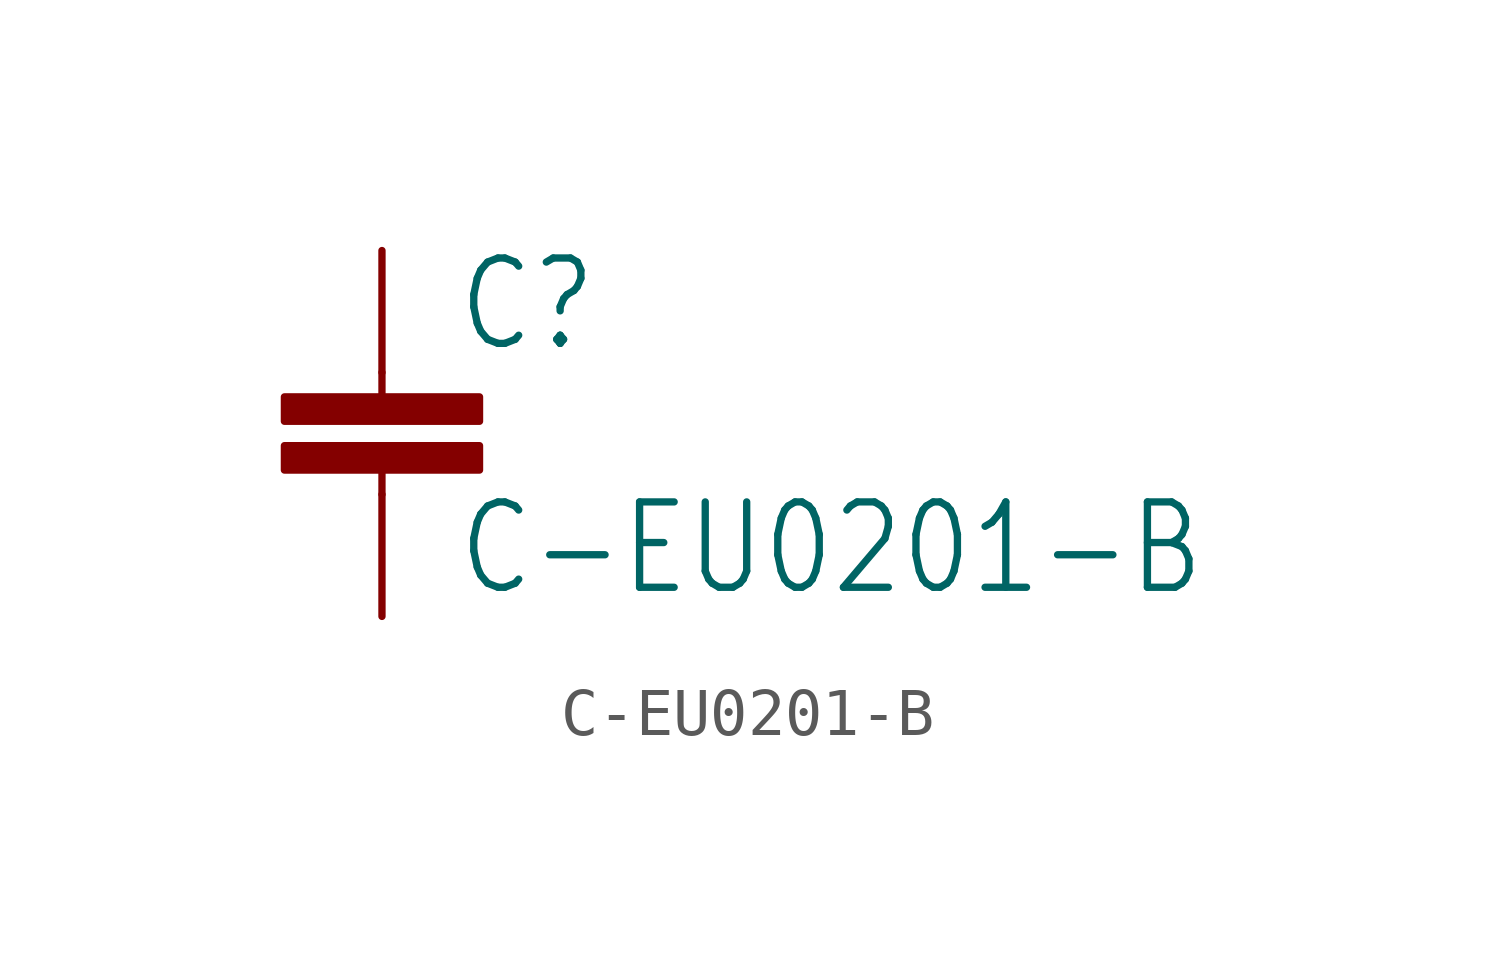
<source format=kicad_sym>
(kicad_symbol_lib
  (version 20201005)
  (generator kicad_symbol_editor)
  (symbol "pirt:C-EU0201-B"
    (property "Reference" "C"
      (at 1.524 0.381 0)
      (effects (font (size 1.778 1.511)) (justify left bottom)))
    (property "Value" "C-EU0201-B"
      (at 1.524 -4.699 0)
      (effects (font (size 1.778 1.511)) (justify left bottom)))
    (property "ki_locked" ""
      (at 0 0 0)
      (effects (font (size 1.27 1.27))))
    (symbol "C-EU0201-B_1_0"
      (rectangle (start -2.032 -2.032) (end 2.032 -1.524) (stroke (width 0)) (fill (type outline)))
      (rectangle (start -2.032 -1.016) (end 2.032 -0.508) (stroke (width 0)) (fill (type outline)))
      (polyline (pts (xy 0 -2.54) (xy 0 -2.032)) (stroke (width 0.152)) (fill (type none)))
      (polyline (pts (xy 0 0) (xy 0 -0.508)) (stroke (width 0.152)) (fill (type none)))
      (pin passive line (at 0 2.54 270) (length 2.54) (name "1" (effects (font (size 0 0)))) (number "1" (effects (font (size 0 0)))))
      (pin passive line (at 0 -5.08 90) (length 2.54) (name "2" (effects (font (size 0 0)))) (number "2" (effects (font (size 0 0))))))))
</source>
